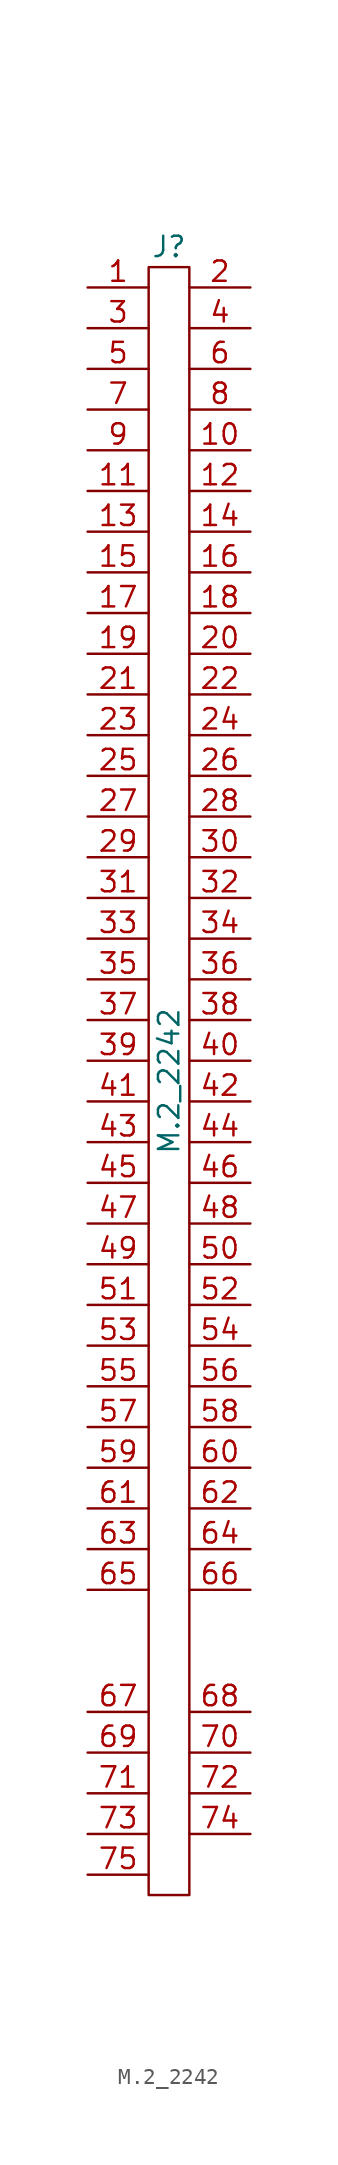
<source format=kicad_sym>
(kicad_symbol_lib
  (version 20201005)
  (generator kicad_symbol_editor)
  (symbol "M.2_2242"
    (pin_names
      (offset 0.025) hide)
    (property "Reference" "J"
      (at 0 52.07 0)
      (effects (font (size 1.27 1.27))))
    (property "Value" "M.2_2242"
      (at 0 0 90)
      (effects (font (size 1.27 1.27))))
    (symbol "M.2_2242_0_1"
      (rectangle (start -1.27 50.8) (end 1.27 -50.8) (stroke (width 0)) (fill (type none))))
    (symbol "M.2_2242_1_1"
      (pin passive line (at -5.08 49.53 0) (length 3.81) (name "P1" (effects (font (size 1.27 1.27)))) (number "1" (effects (font (size 1.27 1.27)))))
      (pin passive line (at 5.08 39.37 180) (length 3.81) (name "P10" (effects (font (size 1.27 1.27)))) (number "10" (effects (font (size 1.27 1.27)))))
      (pin passive line (at -5.08 36.83 0) (length 3.81) (name "P11" (effects (font (size 1.27 1.27)))) (number "11" (effects (font (size 1.27 1.27)))))
      (pin passive line (at 5.08 36.83 180) (length 3.81) (name "P12" (effects (font (size 1.27 1.27)))) (number "12" (effects (font (size 1.27 1.27)))))
      (pin passive line (at -5.08 34.29 0) (length 3.81) (name "P13" (effects (font (size 1.27 1.27)))) (number "13" (effects (font (size 1.27 1.27)))))
      (pin passive line (at 5.08 34.29 180) (length 3.81) (name "P14" (effects (font (size 1.27 1.27)))) (number "14" (effects (font (size 1.27 1.27)))))
      (pin passive line (at -5.08 31.75 0) (length 3.81) (name "P15" (effects (font (size 1.27 1.27)))) (number "15" (effects (font (size 1.27 1.27)))))
      (pin passive line (at 5.08 31.75 180) (length 3.81) (name "P16" (effects (font (size 1.27 1.27)))) (number "16" (effects (font (size 1.27 1.27)))))
      (pin passive line (at -5.08 29.21 0) (length 3.81) (name "P17" (effects (font (size 1.27 1.27)))) (number "17" (effects (font (size 1.27 1.27)))))
      (pin passive line (at 5.08 29.21 180) (length 3.81) (name "P18" (effects (font (size 1.27 1.27)))) (number "18" (effects (font (size 1.27 1.27)))))
      (pin passive line (at -5.08 26.67 0) (length 3.81) (name "P19" (effects (font (size 1.27 1.27)))) (number "19" (effects (font (size 1.27 1.27)))))
      (pin passive line (at 5.08 49.53 180) (length 3.81) (name "P2" (effects (font (size 1.27 1.27)))) (number "2" (effects (font (size 1.27 1.27)))))
      (pin passive line (at 5.08 26.67 180) (length 3.81) (name "P20" (effects (font (size 1.27 1.27)))) (number "20" (effects (font (size 1.27 1.27)))))
      (pin passive line (at -5.08 24.13 0) (length 3.81) (name "P21" (effects (font (size 1.27 1.27)))) (number "21" (effects (font (size 1.27 1.27)))))
      (pin passive line (at 5.08 24.13 180) (length 3.81) (name "P22" (effects (font (size 1.27 1.27)))) (number "22" (effects (font (size 1.27 1.27)))))
      (pin passive line (at -5.08 21.59 0) (length 3.81) (name "P23" (effects (font (size 1.27 1.27)))) (number "23" (effects (font (size 1.27 1.27)))))
      (pin passive line (at 5.08 21.59 180) (length 3.81) (name "P24" (effects (font (size 1.27 1.27)))) (number "24" (effects (font (size 1.27 1.27)))))
      (pin passive line (at -5.08 19.05 0) (length 3.81) (name "P25" (effects (font (size 1.27 1.27)))) (number "25" (effects (font (size 1.27 1.27)))))
      (pin passive line (at 5.08 19.05 180) (length 3.81) (name "P26" (effects (font (size 1.27 1.27)))) (number "26" (effects (font (size 1.27 1.27)))))
      (pin passive line (at -5.08 16.51 0) (length 3.81) (name "P27" (effects (font (size 1.27 1.27)))) (number "27" (effects (font (size 1.27 1.27)))))
      (pin passive line (at 5.08 16.51 180) (length 3.81) (name "P28" (effects (font (size 1.27 1.27)))) (number "28" (effects (font (size 1.27 1.27)))))
      (pin passive line (at -5.08 13.97 0) (length 3.81) (name "P29" (effects (font (size 1.27 1.27)))) (number "29" (effects (font (size 1.27 1.27)))))
      (pin passive line (at -5.08 46.99 0) (length 3.81) (name "P3" (effects (font (size 1.27 1.27)))) (number "3" (effects (font (size 1.27 1.27)))))
      (pin passive line (at 5.08 13.97 180) (length 3.81) (name "P30" (effects (font (size 1.27 1.27)))) (number "30" (effects (font (size 1.27 1.27)))))
      (pin passive line (at -5.08 11.43 0) (length 3.81) (name "P31" (effects (font (size 1.27 1.27)))) (number "31" (effects (font (size 1.27 1.27)))))
      (pin passive line (at 5.08 11.43 180) (length 3.81) (name "P32" (effects (font (size 1.27 1.27)))) (number "32" (effects (font (size 1.27 1.27)))))
      (pin passive line (at -5.08 8.89 0) (length 3.81) (name "P33" (effects (font (size 1.27 1.27)))) (number "33" (effects (font (size 1.27 1.27)))))
      (pin passive line (at 5.08 8.89 180) (length 3.81) (name "P34" (effects (font (size 1.27 1.27)))) (number "34" (effects (font (size 1.27 1.27)))))
      (pin passive line (at -5.08 6.35 0) (length 3.81) (name "P35" (effects (font (size 1.27 1.27)))) (number "35" (effects (font (size 1.27 1.27)))))
      (pin passive line (at 5.08 6.35 180) (length 3.81) (name "P36" (effects (font (size 1.27 1.27)))) (number "36" (effects (font (size 1.27 1.27)))))
      (pin passive line (at -5.08 3.81 0) (length 3.81) (name "P37" (effects (font (size 1.27 1.27)))) (number "37" (effects (font (size 1.27 1.27)))))
      (pin passive line (at 5.08 3.81 180) (length 3.81) (name "P38" (effects (font (size 1.27 1.27)))) (number "38" (effects (font (size 1.27 1.27)))))
      (pin passive line (at -5.08 1.27 0) (length 3.81) (name "P39" (effects (font (size 1.27 1.27)))) (number "39" (effects (font (size 1.27 1.27)))))
      (pin passive line (at 5.08 46.99 180) (length 3.81) (name "P4" (effects (font (size 1.27 1.27)))) (number "4" (effects (font (size 1.27 1.27)))))
      (pin passive line (at 5.08 1.27 180) (length 3.81) (name "P40" (effects (font (size 1.27 1.27)))) (number "40" (effects (font (size 1.27 1.27)))))
      (pin passive line (at -5.08 -1.27 0) (length 3.81) (name "P41" (effects (font (size 1.27 1.27)))) (number "41" (effects (font (size 1.27 1.27)))))
      (pin passive line (at 5.08 -1.27 180) (length 3.81) (name "P42" (effects (font (size 1.27 1.27)))) (number "42" (effects (font (size 1.27 1.27)))))
      (pin passive line (at -5.08 -3.81 0) (length 3.81) (name "P43" (effects (font (size 1.27 1.27)))) (number "43" (effects (font (size 1.27 1.27)))))
      (pin passive line (at 5.08 -3.81 180) (length 3.81) (name "P44" (effects (font (size 1.27 1.27)))) (number "44" (effects (font (size 1.27 1.27)))))
      (pin passive line (at -5.08 -6.35 0) (length 3.81) (name "P45" (effects (font (size 1.27 1.27)))) (number "45" (effects (font (size 1.27 1.27)))))
      (pin passive line (at 5.08 -6.35 180) (length 3.81) (name "P46" (effects (font (size 1.27 1.27)))) (number "46" (effects (font (size 1.27 1.27)))))
      (pin passive line (at -5.08 -8.89 0) (length 3.81) (name "P47" (effects (font (size 1.27 1.27)))) (number "47" (effects (font (size 1.27 1.27)))))
      (pin passive line (at 5.08 -8.89 180) (length 3.81) (name "P48" (effects (font (size 1.27 1.27)))) (number "48" (effects (font (size 1.27 1.27)))))
      (pin passive line (at -5.08 -11.43 0) (length 3.81) (name "P49" (effects (font (size 1.27 1.27)))) (number "49" (effects (font (size 1.27 1.27)))))
      (pin passive line (at -5.08 44.45 0) (length 3.81) (name "P5" (effects (font (size 1.27 1.27)))) (number "5" (effects (font (size 1.27 1.27)))))
      (pin passive line (at 5.08 -11.43 180) (length 3.81) (name "P50" (effects (font (size 1.27 1.27)))) (number "50" (effects (font (size 1.27 1.27)))))
      (pin passive line (at -5.08 -13.97 0) (length 3.81) (name "P51" (effects (font (size 1.27 1.27)))) (number "51" (effects (font (size 1.27 1.27)))))
      (pin passive line (at 5.08 -13.97 180) (length 3.81) (name "P52" (effects (font (size 1.27 1.27)))) (number "52" (effects (font (size 1.27 1.27)))))
      (pin passive line (at -5.08 -16.51 0) (length 3.81) (name "P53" (effects (font (size 1.27 1.27)))) (number "53" (effects (font (size 1.27 1.27)))))
      (pin passive line (at 5.08 -16.51 180) (length 3.81) (name "P54" (effects (font (size 1.27 1.27)))) (number "54" (effects (font (size 1.27 1.27)))))
      (pin passive line (at -5.08 -19.05 0) (length 3.81) (name "P55" (effects (font (size 1.27 1.27)))) (number "55" (effects (font (size 1.27 1.27)))))
      (pin passive line (at 5.08 -19.05 180) (length 3.81) (name "P56" (effects (font (size 1.27 1.27)))) (number "56" (effects (font (size 1.27 1.27)))))
      (pin passive line (at -5.08 -21.59 0) (length 3.81) (name "P57" (effects (font (size 1.27 1.27)))) (number "57" (effects (font (size 1.27 1.27)))))
      (pin passive line (at 5.08 -21.59 180) (length 3.81) (name "P58" (effects (font (size 1.27 1.27)))) (number "58" (effects (font (size 1.27 1.27)))))
      (pin passive line (at -5.08 -24.13 0) (length 3.81) (name "P59" (effects (font (size 1.27 1.27)))) (number "59" (effects (font (size 1.27 1.27)))))
      (pin passive line (at 5.08 44.45 180) (length 3.81) (name "P6" (effects (font (size 1.27 1.27)))) (number "6" (effects (font (size 1.27 1.27)))))
      (pin passive line (at 5.08 -24.13 180) (length 3.81) (name "P60" (effects (font (size 1.27 1.27)))) (number "60" (effects (font (size 1.27 1.27)))))
      (pin passive line (at -5.08 -26.67 0) (length 3.81) (name "P61" (effects (font (size 1.27 1.27)))) (number "61" (effects (font (size 1.27 1.27)))))
      (pin passive line (at 5.08 -26.67 180) (length 3.81) (name "P62" (effects (font (size 1.27 1.27)))) (number "62" (effects (font (size 1.27 1.27)))))
      (pin passive line (at -5.08 -29.21 0) (length 3.81) (name "P63" (effects (font (size 1.27 1.27)))) (number "63" (effects (font (size 1.27 1.27)))))
      (pin passive line (at 5.08 -29.21 180) (length 3.81) (name "P64" (effects (font (size 1.27 1.27)))) (number "64" (effects (font (size 1.27 1.27)))))
      (pin passive line (at -5.08 -31.75 0) (length 3.81) (name "P65" (effects (font (size 1.27 1.27)))) (number "65" (effects (font (size 1.27 1.27)))))
      (pin passive line (at 5.08 -31.75 180) (length 3.81) (name "P66" (effects (font (size 1.27 1.27)))) (number "66" (effects (font (size 1.27 1.27)))))
      (pin passive line (at -5.08 -39.37 0) (length 3.81) (name "P67" (effects (font (size 1.27 1.27)))) (number "67" (effects (font (size 1.27 1.27)))))
      (pin passive line (at 5.08 -39.37 180) (length 3.81) (name "P68" (effects (font (size 1.27 1.27)))) (number "68" (effects (font (size 1.27 1.27)))))
      (pin passive line (at -5.08 -41.91 0) (length 3.81) (name "P69" (effects (font (size 1.27 1.27)))) (number "69" (effects (font (size 1.27 1.27)))))
      (pin passive line (at -5.08 41.91 0) (length 3.81) (name "P7" (effects (font (size 1.27 1.27)))) (number "7" (effects (font (size 1.27 1.27)))))
      (pin passive line (at 5.08 -41.91 180) (length 3.81) (name "P70" (effects (font (size 1.27 1.27)))) (number "70" (effects (font (size 1.27 1.27)))))
      (pin passive line (at -5.08 -44.45 0) (length 3.81) (name "P71" (effects (font (size 1.27 1.27)))) (number "71" (effects (font (size 1.27 1.27)))))
      (pin passive line (at 5.08 -44.45 180) (length 3.81) (name "P72" (effects (font (size 1.27 1.27)))) (number "72" (effects (font (size 1.27 1.27)))))
      (pin passive line (at -5.08 -46.99 0) (length 3.81) (name "P73" (effects (font (size 1.27 1.27)))) (number "73" (effects (font (size 1.27 1.27)))))
      (pin passive line (at 5.08 -46.99 180) (length 3.81) (name "P74" (effects (font (size 1.27 1.27)))) (number "74" (effects (font (size 1.27 1.27)))))
      (pin passive line (at -5.08 -49.53 0) (length 3.81) (name "P75" (effects (font (size 1.27 1.27)))) (number "75" (effects (font (size 1.27 1.27)))))
      (pin passive line (at 5.08 41.91 180) (length 3.81) (name "P8" (effects (font (size 1.27 1.27)))) (number "8" (effects (font (size 1.27 1.27)))))
      (pin passive line (at -5.08 39.37 0) (length 3.81) (name "P9" (effects (font (size 1.27 1.27)))) (number "9" (effects (font (size 1.27 1.27))))))))
</source>
